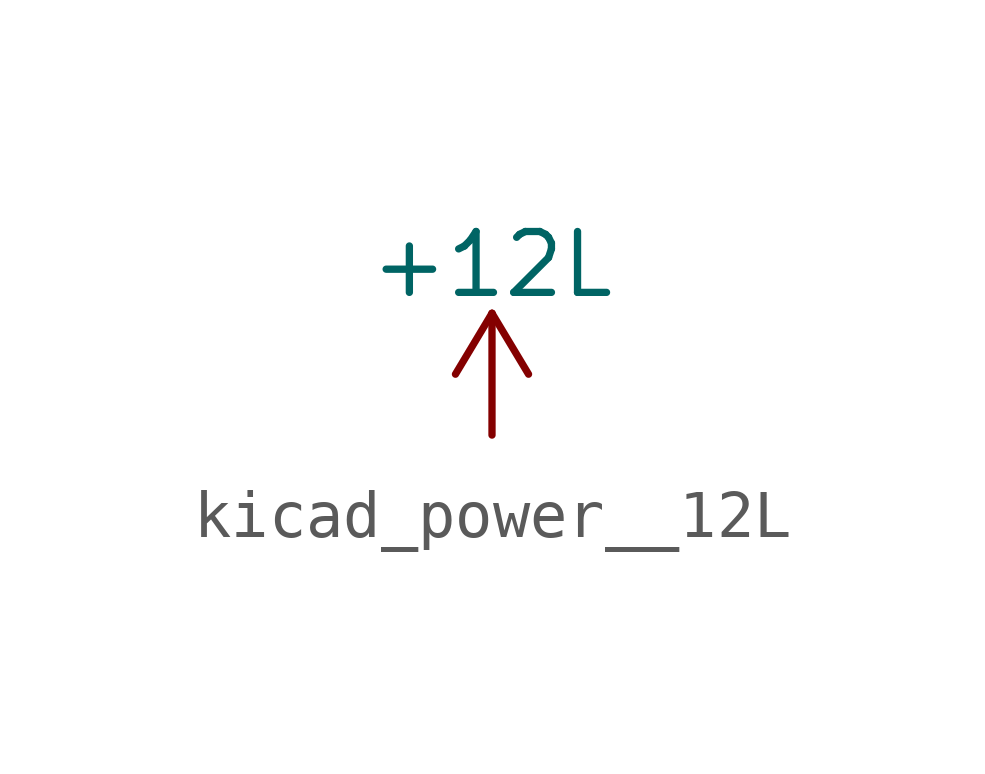
<source format=kicad_sym>
(kicad_symbol_lib
  (version 20220914)
  (generator kicad_symbol_editor)
  (symbol "kicad_power__12L"
    (power)
    (pin_names
      (offset 0))
    (property "Reference" "#PWR"
      (at 0 -3.81 0)
      (effects (font (size 1.27 1.27)) hide))
    (property "Value" "+12L"
      (at 0 3.556 0)
      (effects (font (size 1.27 1.27))))
    (symbol "kicad_power__12L_0_1"
      (polyline (pts (xy -0.762 1.27) (xy 0 2.54)) (stroke (width 0) (type default)) (fill (type none)))
      (polyline (pts (xy 0 0) (xy 0 2.54)) (stroke (width 0) (type default)) (fill (type none)))
      (polyline (pts (xy 0 2.54) (xy 0.762 1.27)) (stroke (width 0) (type default)) (fill (type none))))
    (symbol "kicad_power__12L_1_1"
      (pin power_in line (at 0 0 90) (length 0) hide (name "+12L" (effects (font (size 1.27 1.27)))) (number "1" (effects (font (size 1.27 1.27))))))))
</source>
